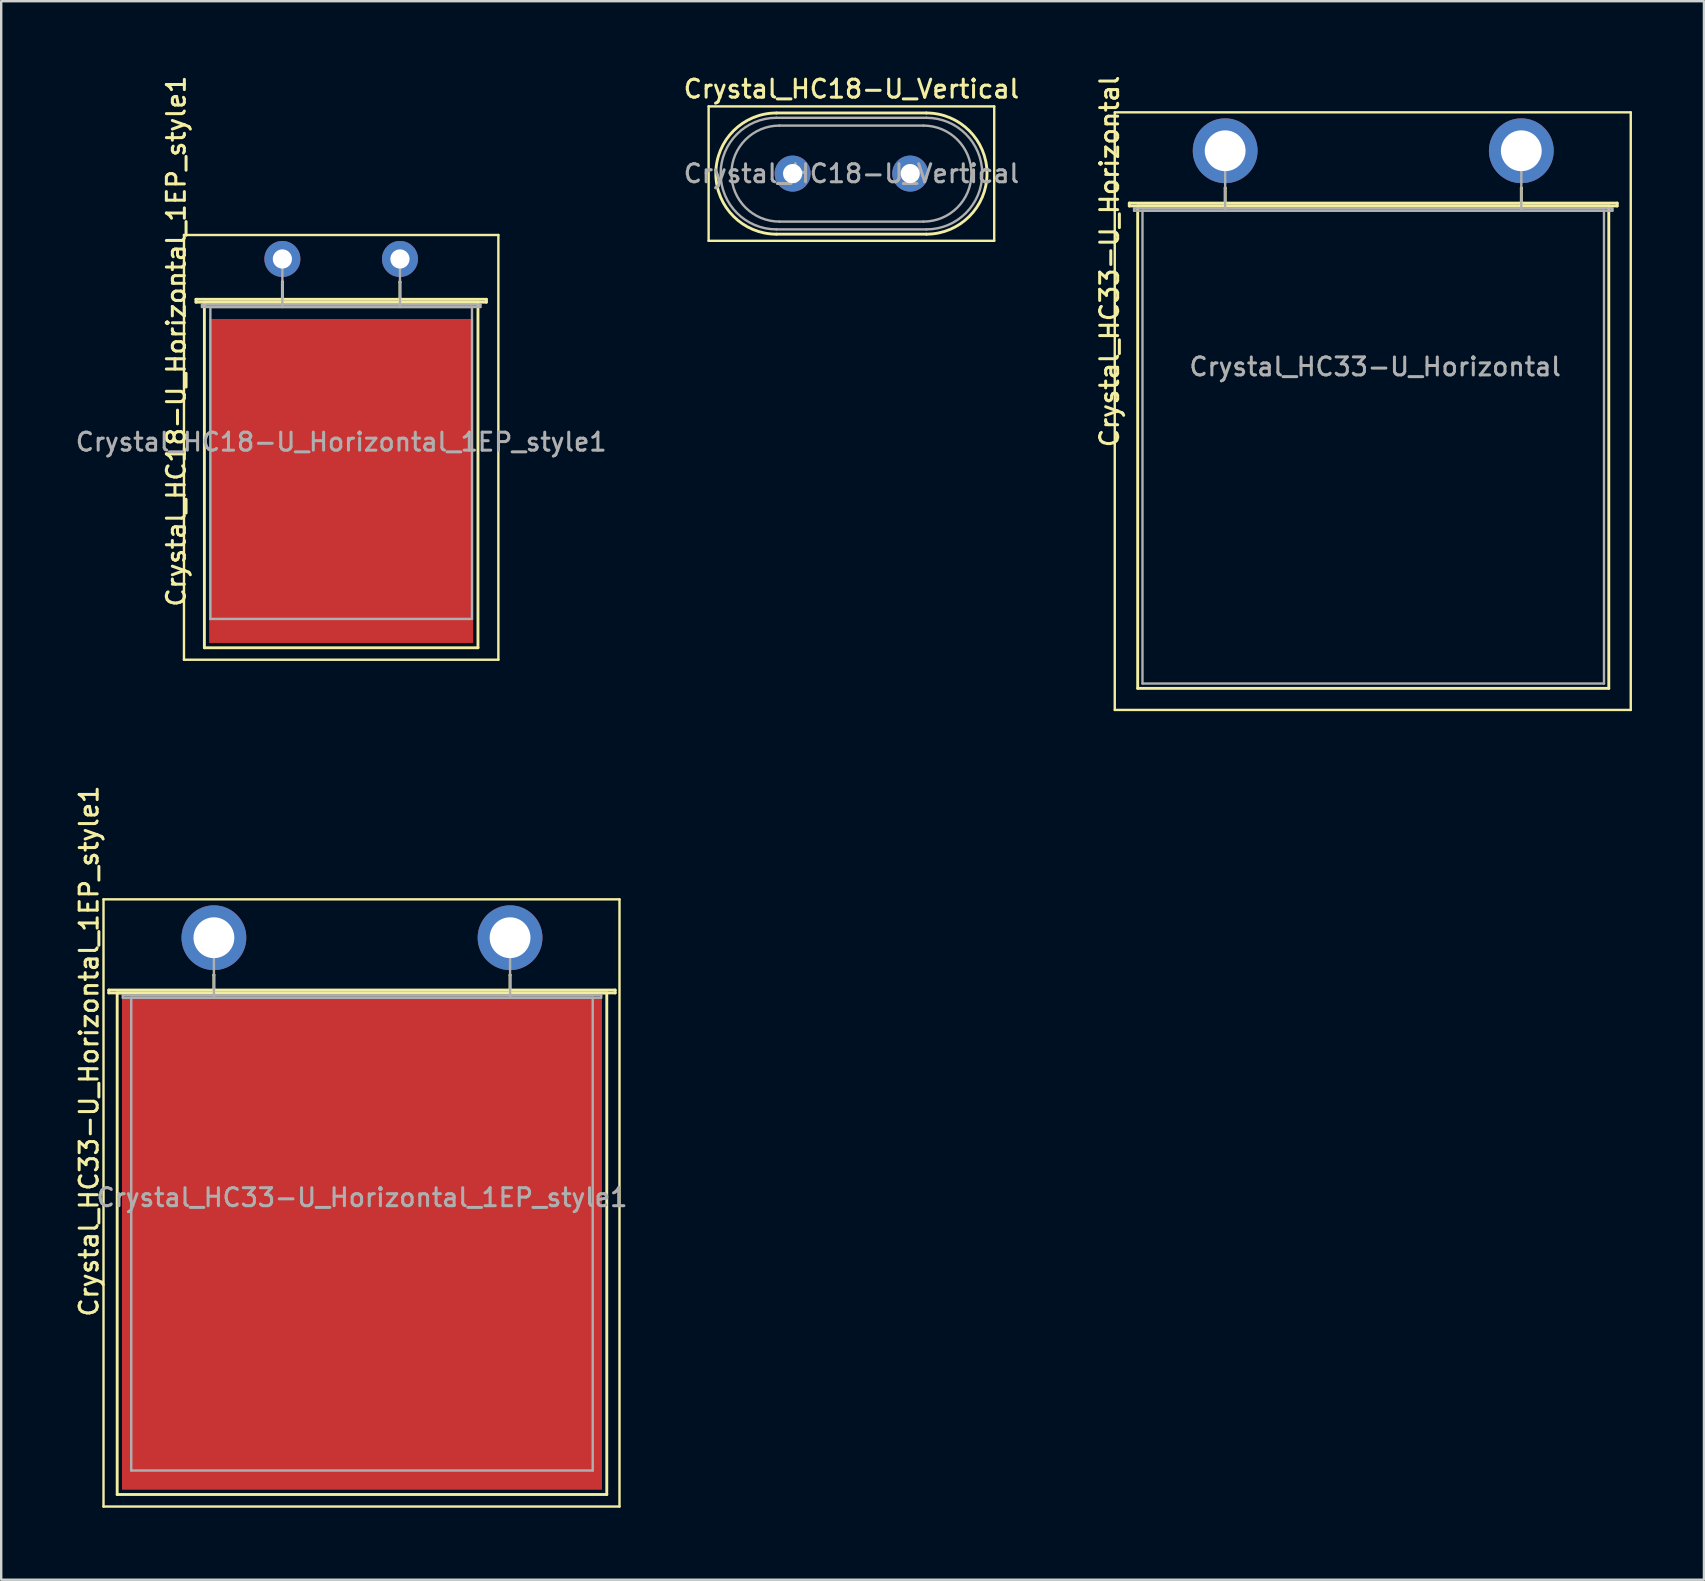
<source format=kicad_pcb>
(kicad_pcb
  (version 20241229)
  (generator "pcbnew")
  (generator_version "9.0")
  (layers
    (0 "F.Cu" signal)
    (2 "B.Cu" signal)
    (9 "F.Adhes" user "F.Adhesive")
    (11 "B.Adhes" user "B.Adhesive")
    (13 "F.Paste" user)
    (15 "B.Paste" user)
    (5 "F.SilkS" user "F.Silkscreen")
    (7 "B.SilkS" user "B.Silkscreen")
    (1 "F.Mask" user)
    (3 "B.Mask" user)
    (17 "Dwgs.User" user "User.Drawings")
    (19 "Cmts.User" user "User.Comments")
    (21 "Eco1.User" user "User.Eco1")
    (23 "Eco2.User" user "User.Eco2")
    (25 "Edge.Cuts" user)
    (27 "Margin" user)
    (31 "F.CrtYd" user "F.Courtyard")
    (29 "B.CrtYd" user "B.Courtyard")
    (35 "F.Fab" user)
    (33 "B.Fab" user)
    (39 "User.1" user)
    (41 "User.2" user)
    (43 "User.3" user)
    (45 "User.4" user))
  (footprint "Crystal_HC33-U_Horizontal"
    (layer "F.Cu")
    (at 48 3.232)
    (property "Reference" "Crystal_HC33-U_Horizontal" (at -4.82 4.612 90) (layer "F.SilkS") (effects (font (size 0.75 0.75) (thickness 0.125))))
    (attr through_hole)
    (fp_line (start -4.6 -1.6) (end -4.6 23.3) (stroke (width 0.1) (type solid)) (layer "F.SilkS"))
    (fp_line (start -4.6 23.3) (end 16.9 23.3) (stroke (width 0.1) (type solid)) (layer "F.SilkS"))
    (fp_line (start -3.995 2.18) (end 16.335 2.18) (stroke (width 0.12) (type solid)) (layer "F.SilkS"))
    (fp_line (start -3.995 2.3) (end -3.995 2.18) (stroke (width 0.12) (type solid)) (layer "F.SilkS"))
    (fp_line (start -3.645 2.3) (end -3.645 22.4) (stroke (width 0.12) (type solid)) (layer "F.SilkS"))
    (fp_line (start -3.645 22.4) (end 15.985 22.4) (stroke (width 0.12) (type solid)) (layer "F.SilkS"))
    (fp_line (start 0 1.55) (end 0 1.55) (stroke (width 0.12) (type solid)) (layer "F.SilkS"))
    (fp_line (start 0 2.3) (end 0 1.55) (stroke (width 0.12) (type solid)) (layer "F.SilkS"))
    (fp_line (start 12.34 1.55) (end 12.34 1.55) (stroke (width 0.12) (type solid)) (layer "F.SilkS"))
    (fp_line (start 12.34 2.3) (end 12.34 1.55) (stroke (width 0.12) (type solid)) (layer "F.SilkS"))
    (fp_line (start 15.985 2.3) (end -3.645 2.3) (stroke (width 0.12) (type solid)) (layer "F.SilkS"))
    (fp_line (start 15.985 22.4) (end 15.985 2.3) (stroke (width 0.12) (type solid)) (layer "F.SilkS"))
    (fp_line (start 16.335 2.18) (end 16.335 2.3) (stroke (width 0.12) (type solid)) (layer "F.SilkS"))
    (fp_line (start 16.335 2.3) (end -3.995 2.3) (stroke (width 0.12) (type solid)) (layer "F.SilkS"))
    (fp_line (start 16.9 -1.6) (end -4.6 -1.6) (stroke (width 0.1) (type solid)) (layer "F.SilkS"))
    (fp_line (start 16.9 23.3) (end 16.9 -1.6) (stroke (width 0.1) (type solid)) (layer "F.SilkS"))
    (fp_line (start -3.795 2.4) (end 16.135 2.4) (stroke (width 0.1) (type solid)) (layer "F.Fab"))
    (fp_line (start -3.795 2.5) (end -3.795 2.4) (stroke (width 0.1) (type solid)) (layer "F.Fab"))
    (fp_line (start -3.445 2.5) (end -3.445 22.2) (stroke (width 0.1) (type solid)) (layer "F.Fab"))
    (fp_line (start -3.445 22.2) (end 15.785 22.2) (stroke (width 0.1) (type solid)) (layer "F.Fab"))
    (fp_line (start 0 1.25) (end 0 0) (stroke (width 0.1) (type solid)) (layer "F.Fab"))
    (fp_line (start 0 2.5) (end 0 1.25) (stroke (width 0.1) (type solid)) (layer "F.Fab"))
    (fp_line (start 12.34 1.25) (end 12.34 0) (stroke (width 0.1) (type solid)) (layer "F.Fab"))
    (fp_line (start 12.34 2.5) (end 12.34 1.25) (stroke (width 0.1) (type solid)) (layer "F.Fab"))
    (fp_line (start 15.785 2.5) (end -3.445 2.5) (stroke (width 0.1) (type solid)) (layer "F.Fab"))
    (fp_line (start 15.785 22.2) (end 15.785 2.5) (stroke (width 0.1) (type solid)) (layer "F.Fab"))
    (fp_line (start 16.135 2.4) (end 16.135 2.5) (stroke (width 0.1) (type solid)) (layer "F.Fab"))
    (fp_line (start 16.135 2.5) (end -3.795 2.5) (stroke (width 0.1) (type solid)) (layer "F.Fab"))
    (fp_text user "${REFERENCE}" (at 6.25 9 0) (layer "F.Fab") (effects (font (size 0.75 0.75) (thickness 0.125))))
    (pad "1" thru_hole circle (at 0 0) (size 2.7 2.7) (drill 1.7) (layers "*.Cu" "*.Mask"))
    (pad "2" thru_hole circle (at 12.34 0) (size 2.7 2.7) (drill 1.7) (layers "*.Cu" "*.Mask")))
  (footprint "Crystal_HC18-U_Vertical"
    (layer "F.Cu")
    (at 29.977 4.183)
    (property "Reference" "Crystal_HC18-U_Vertical" (at 2.45 -3.525 0) (layer "F.SilkS") (effects (font (size 0.75 0.75) (thickness 0.125))))
    (attr through_hole)
    (fp_line (start -3.5 -2.8) (end -3.5 2.8) (stroke (width 0.1) (type solid)) (layer "F.SilkS"))
    (fp_line (start -3.5 2.8) (end 8.4 2.8) (stroke (width 0.1) (type solid)) (layer "F.SilkS"))
    (fp_line (start -0.675 -2.525) (end 5.575 -2.525) (stroke (width 0.12) (type solid)) (layer "F.SilkS"))
    (fp_line (start -0.675 2.525) (end 5.575 2.525) (stroke (width 0.12) (type solid)) (layer "F.SilkS"))
    (fp_line (start 8.4 -2.8) (end -3.5 -2.8) (stroke (width 0.1) (type solid)) (layer "F.SilkS"))
    (fp_line (start 8.4 2.8) (end 8.4 -2.8) (stroke (width 0.1) (type solid)) (layer "F.SilkS"))
    (fp_arc (start -0.675 2.525) (mid -3.2 0) (end -0.675 -2.525) (stroke (width 0.12) (type solid)) (layer "F.SilkS"))
    (fp_arc (start 5.575 -2.525) (mid 8.1 0) (end 5.575 2.525) (stroke (width 0.12) (type solid)) (layer "F.SilkS"))
    (fp_line (start -0.675 -2.325) (end 5.575 -2.325) (stroke (width 0.1) (type solid)) (layer "F.Fab"))
    (fp_line (start -0.675 2.325) (end 5.575 2.325) (stroke (width 0.1) (type solid)) (layer "F.Fab"))
    (fp_line (start -0.55 -2) (end 5.45 -2) (stroke (width 0.1) (type solid)) (layer "F.Fab"))
    (fp_line (start -0.55 2) (end 5.45 2) (stroke (width 0.1) (type solid)) (layer "F.Fab"))
    (fp_arc (start -0.675 2.325) (mid -3 0) (end -0.675 -2.325) (stroke (width 0.1) (type solid)) (layer "F.Fab"))
    (fp_arc (start -0.55 2) (mid -2.55 0) (end -0.55 -2) (stroke (width 0.1) (type solid)) (layer "F.Fab"))
    (fp_arc (start 5.45 -2) (mid 7.45 0) (end 5.45 2) (stroke (width 0.1) (type solid)) (layer "F.Fab"))
    (fp_arc (start 5.575 -2.325) (mid 7.9 0) (end 5.575 2.325) (stroke (width 0.1) (type solid)) (layer "F.Fab"))
    (fp_text user "${REFERENCE}" (at 2.45 0 0) (layer "F.Fab") (effects (font (size 0.75 0.75) (thickness 0.125))))
    (pad "1" thru_hole circle (at 0 0) (size 1.5 1.5) (drill 0.8) (layers "*.Cu" "*.Mask"))
    (pad "2" thru_hole circle (at 4.9 0) (size 1.5 1.5) (drill 0.8) (layers "*.Cu" "*.Mask")))
  (footprint "Crystal_HC18-U_Horizontal_1EP_style1"
    (layer "F.Cu")
    (at 8.716 7.741)
    (property "Reference" "Crystal_HC18-U_Horizontal_1EP_style1" (at -4.425 3.425 90) (layer "F.SilkS") (effects (font (size 0.75 0.75) (thickness 0.125))))
    (attr through_hole)
    (fp_line (start -4.1 -1) (end -4.1 16.7) (stroke (width 0.1) (type solid)) (layer "F.SilkS"))
    (fp_line (start -4.1 16.7) (end 9 16.7) (stroke (width 0.1) (type solid)) (layer "F.SilkS"))
    (fp_line (start -3.6 1.68) (end 8.5 1.68) (stroke (width 0.12) (type solid)) (layer "F.SilkS"))
    (fp_line (start -3.6 1.8) (end -3.6 1.68) (stroke (width 0.12) (type solid)) (layer "F.SilkS"))
    (fp_line (start -3.25 1.8) (end -3.25 16.2) (stroke (width 0.12) (type solid)) (layer "F.SilkS"))
    (fp_line (start -3.25 16.2) (end 8.15 16.2) (stroke (width 0.12) (type solid)) (layer "F.SilkS"))
    (fp_line (start 0 0.95) (end 0 0.95) (stroke (width 0.12) (type solid)) (layer "F.SilkS"))
    (fp_line (start 0 1.8) (end 0 0.95) (stroke (width 0.12) (type solid)) (layer "F.SilkS"))
    (fp_line (start 4.9 0.95) (end 4.9 0.95) (stroke (width 0.12) (type solid)) (layer "F.SilkS"))
    (fp_line (start 4.9 1.8) (end 4.9 0.95) (stroke (width 0.12) (type solid)) (layer "F.SilkS"))
    (fp_line (start 8.15 1.8) (end -3.25 1.8) (stroke (width 0.12) (type solid)) (layer "F.SilkS"))
    (fp_line (start 8.15 16.2) (end 8.15 1.8) (stroke (width 0.12) (type solid)) (layer "F.SilkS"))
    (fp_line (start 8.5 1.68) (end 8.5 1.8) (stroke (width 0.12) (type solid)) (layer "F.SilkS"))
    (fp_line (start 8.5 1.8) (end -3.6 1.8) (stroke (width 0.12) (type solid)) (layer "F.SilkS"))
    (fp_line (start 9 -1) (end -4.1 -1) (stroke (width 0.1) (type solid)) (layer "F.SilkS"))
    (fp_line (start 9 16.7) (end 9 -1) (stroke (width 0.1) (type solid)) (layer "F.SilkS"))
    (fp_line (start -3.35 1.9) (end 8.25 1.9) (stroke (width 0.1) (type solid)) (layer "F.Fab"))
    (fp_line (start -3.35 2) (end -3.35 1.9) (stroke (width 0.1) (type solid)) (layer "F.Fab"))
    (fp_line (start -3 2) (end -3 15) (stroke (width 0.1) (type solid)) (layer "F.Fab"))
    (fp_line (start -3 15) (end 7.9 15) (stroke (width 0.1) (type solid)) (layer "F.Fab"))
    (fp_line (start 0 1) (end 0 0) (stroke (width 0.1) (type solid)) (layer "F.Fab"))
    (fp_line (start 0 2) (end 0 1) (stroke (width 0.1) (type solid)) (layer "F.Fab"))
    (fp_line (start 4.9 1) (end 4.9 0) (stroke (width 0.1) (type solid)) (layer "F.Fab"))
    (fp_line (start 4.9 2) (end 4.9 1) (stroke (width 0.1) (type solid)) (layer "F.Fab"))
    (fp_line (start 7.9 2) (end -3 2) (stroke (width 0.1) (type solid)) (layer "F.Fab"))
    (fp_line (start 7.9 15) (end 7.9 2) (stroke (width 0.1) (type solid)) (layer "F.Fab"))
    (fp_line (start 8.25 1.9) (end 8.25 2) (stroke (width 0.1) (type solid)) (layer "F.Fab"))
    (fp_line (start 8.25 2) (end -3.35 2) (stroke (width 0.1) (type solid)) (layer "F.Fab"))
    (fp_text user "${REFERENCE}" (at 2.45 7.625 0) (layer "F.Fab") (effects (font (size 0.75 0.75) (thickness 0.125))))
    (pad "1" thru_hole circle (at 0 0) (size 1.5 1.5) (drill 0.8) (layers "*.Cu" "*.Mask"))
    (pad "2" thru_hole circle (at 4.9 0) (size 1.5 1.5) (drill 0.8) (layers "*.Cu" "*.Mask"))
    (pad "3" smd rect (at 2.45 9.25) (size 11 13.5) (layers "F.Cu" "F.Mask" "F.Paste")))
  (footprint "Crystal_HC33-U_Horizontal_1EP_style1"
    (layer "F.Cu")
    (at 5.863 36.023)
    (property "Reference" "Crystal_HC33-U_Horizontal_1EP_style1" (at -5.205 4.725 90) (layer "F.SilkS") (effects (font (size 0.75 0.75) (thickness 0.125))))
    (attr through_hole)
    (fp_line (start -4.6 -1.6) (end -4.6 23.7) (stroke (width 0.1) (type solid)) (layer "F.SilkS"))
    (fp_line (start -4.6 23.7) (end 16.9 23.7) (stroke (width 0.1) (type solid)) (layer "F.SilkS"))
    (fp_line (start -4.38 2.18) (end 16.72 2.18) (stroke (width 0.12) (type solid)) (layer "F.SilkS"))
    (fp_line (start -4.38 2.3) (end -4.38 2.18) (stroke (width 0.12) (type solid)) (layer "F.SilkS"))
    (fp_line (start -4.03 2.3) (end -4.03 23.2) (stroke (width 0.12) (type solid)) (layer "F.SilkS"))
    (fp_line (start -4.03 23.2) (end 16.37 23.2) (stroke (width 0.12) (type solid)) (layer "F.SilkS"))
    (fp_line (start 0 1.55) (end 0 1.55) (stroke (width 0.12) (type solid)) (layer "F.SilkS"))
    (fp_line (start 0 2.3) (end 0 1.55) (stroke (width 0.12) (type solid)) (layer "F.SilkS"))
    (fp_line (start 12.34 1.55) (end 12.34 1.55) (stroke (width 0.12) (type solid)) (layer "F.SilkS"))
    (fp_line (start 12.34 2.3) (end 12.34 1.55) (stroke (width 0.12) (type solid)) (layer "F.SilkS"))
    (fp_line (start 16.37 2.3) (end -4.03 2.3) (stroke (width 0.12) (type solid)) (layer "F.SilkS"))
    (fp_line (start 16.37 23.2) (end 16.37 2.3) (stroke (width 0.12) (type solid)) (layer "F.SilkS"))
    (fp_line (start 16.72 2.18) (end 16.72 2.3) (stroke (width 0.12) (type solid)) (layer "F.SilkS"))
    (fp_line (start 16.72 2.3) (end -4.38 2.3) (stroke (width 0.12) (type solid)) (layer "F.SilkS"))
    (fp_line (start 16.9 -1.6) (end -4.6 -1.6) (stroke (width 0.1) (type solid)) (layer "F.SilkS"))
    (fp_line (start 16.9 23.7) (end 16.9 -1.6) (stroke (width 0.1) (type solid)) (layer "F.SilkS"))
    (fp_line (start -3.795 2.4) (end 16.135 2.4) (stroke (width 0.1) (type solid)) (layer "F.Fab"))
    (fp_line (start -3.795 2.5) (end -3.795 2.4) (stroke (width 0.1) (type solid)) (layer "F.Fab"))
    (fp_line (start -3.445 2.5) (end -3.445 22.2) (stroke (width 0.1) (type solid)) (layer "F.Fab"))
    (fp_line (start -3.445 22.2) (end 15.785 22.2) (stroke (width 0.1) (type solid)) (layer "F.Fab"))
    (fp_line (start 0 1.25) (end 0 0) (stroke (width 0.1) (type solid)) (layer "F.Fab"))
    (fp_line (start 0 2.5) (end 0 1.25) (stroke (width 0.1) (type solid)) (layer "F.Fab"))
    (fp_line (start 12.34 1.25) (end 12.34 0) (stroke (width 0.1) (type solid)) (layer "F.Fab"))
    (fp_line (start 12.34 2.5) (end 12.34 1.25) (stroke (width 0.1) (type solid)) (layer "F.Fab"))
    (fp_line (start 15.785 2.5) (end -3.445 2.5) (stroke (width 0.1) (type solid)) (layer "F.Fab"))
    (fp_line (start 15.785 22.2) (end 15.785 2.5) (stroke (width 0.1) (type solid)) (layer "F.Fab"))
    (fp_line (start 16.135 2.4) (end 16.135 2.5) (stroke (width 0.1) (type solid)) (layer "F.Fab"))
    (fp_line (start 16.135 2.5) (end -3.795 2.5) (stroke (width 0.1) (type solid)) (layer "F.Fab"))
    (fp_text user "${REFERENCE}" (at 6.17 10.825 0) (layer "F.Fab") (effects (font (size 0.75 0.75) (thickness 0.125))))
    (pad "1" thru_hole circle (at 0 0) (size 2.7 2.7) (drill 1.7) (layers "*.Cu" "*.Mask"))
    (pad "2" thru_hole circle (at 12.34 0) (size 2.7 2.7) (drill 1.7) (layers "*.Cu" "*.Mask"))
    (pad "3" smd rect (at 6.17 12.75) (size 20 20.5) (layers "F.Cu" "F.Mask" "F.Paste")))
  (gr_rect
    (start -3 -3)
    (end 67.95 62.773)
    (stroke (width 0.1) (type default))
    (fill no)
    (layer "Edge.Cuts")))
</source>
